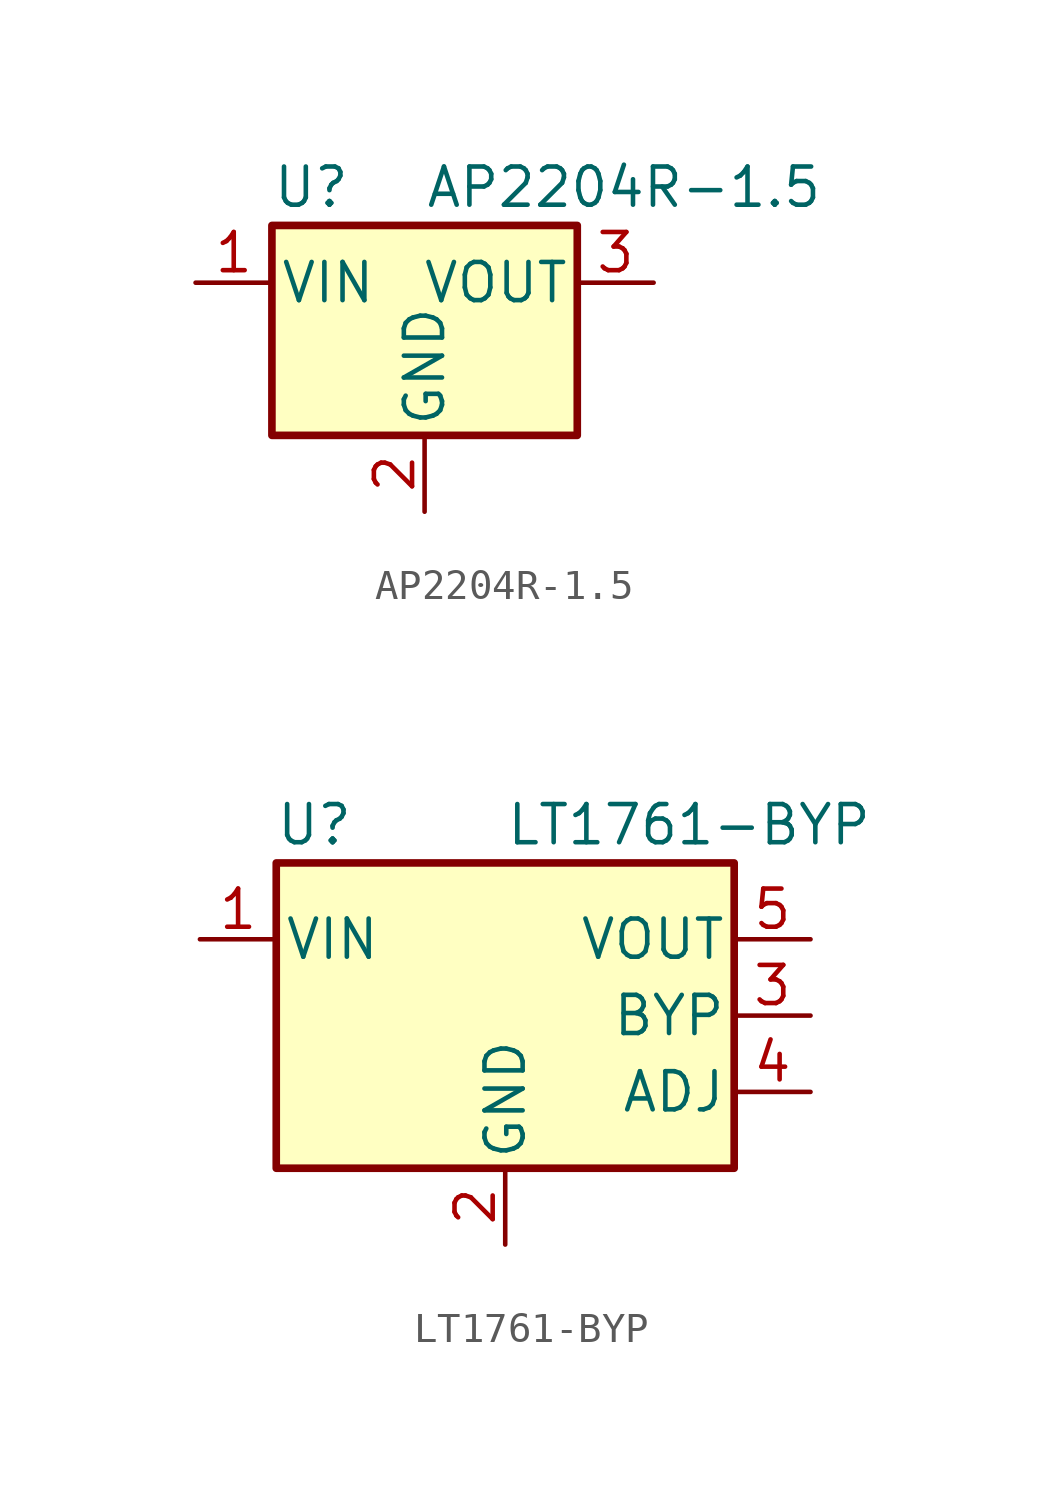
<source format=kicad_sym>
(kicad_symbol_lib
  (version 20231120)
  (generator "kicad_symbol_editor")
  (generator_version "8.0")
  (symbol "AP2204R-1.5"
    (pin_names
      (offset 0.254))
    (property "Reference" "U"
      (at -5.08 3.175 0)
      (effects (font (size 1.27 1.27)) (justify left)))
    (property "Value" "AP2204R-1.5"
      (at 0 3.175 0)
      (effects (font (size 1.27 1.27)) (justify left)))
    (symbol "AP2204R-1.5_0_1"
      (rectangle (start -5.08 1.905) (end 5.08 -5.08) (stroke (width 0.254) (type default)) (fill (type background))))
    (symbol "AP2204R-1.5_1_1"
      (pin power_in line (at -7.62 0 0) (length 2.54) (name "VIN" (effects (font (size 1.27 1.27)))) (number "1" (effects (font (size 1.27 1.27)))))
      (pin power_in line (at 0 -7.62 90) (length 2.54) (name "GND" (effects (font (size 1.27 1.27)))) (number "2" (effects (font (size 1.27 1.27)))))
      (pin power_out line (at 7.62 0 180) (length 2.54) (name "VOUT" (effects (font (size 1.27 1.27)))) (number "3" (effects (font (size 1.27 1.27)))))))
  (symbol "LT1761-BYP"
    (pin_names
      (offset 0.254))
    (property "Reference" "U"
      (at -6.35 6.35 0)
      (effects (font (size 1.27 1.27))))
    (property "Value" "LT1761-BYP"
      (at 0 6.35 0)
      (effects (font (size 1.27 1.27)) (justify left)))
    (symbol "LT1761-BYP_0_1"
      (rectangle (start -7.62 5.08) (end 7.62 -5.08) (stroke (width 0.254) (type default)) (fill (type background))))
    (symbol "LT1761-BYP_1_1"
      (pin power_in line (at -10.16 2.54 0) (length 2.54) (name "VIN" (effects (font (size 1.27 1.27)))) (number "1" (effects (font (size 1.27 1.27)))))
      (pin power_in line (at 0 -7.62 90) (length 2.54) (name "GND" (effects (font (size 1.27 1.27)))) (number "2" (effects (font (size 1.27 1.27)))))
      (pin passive line (at 10.16 0 180) (length 2.54) (name "BYP" (effects (font (size 1.27 1.27)))) (number "3" (effects (font (size 1.27 1.27)))))
      (pin input line (at 10.16 -2.54 180) (length 2.54) (name "ADJ" (effects (font (size 1.27 1.27)))) (number "4" (effects (font (size 1.27 1.27)))))
      (pin power_out line (at 10.16 2.54 180) (length 2.54) (name "VOUT" (effects (font (size 1.27 1.27)))) (number "5" (effects (font (size 1.27 1.27))))))))
</source>
